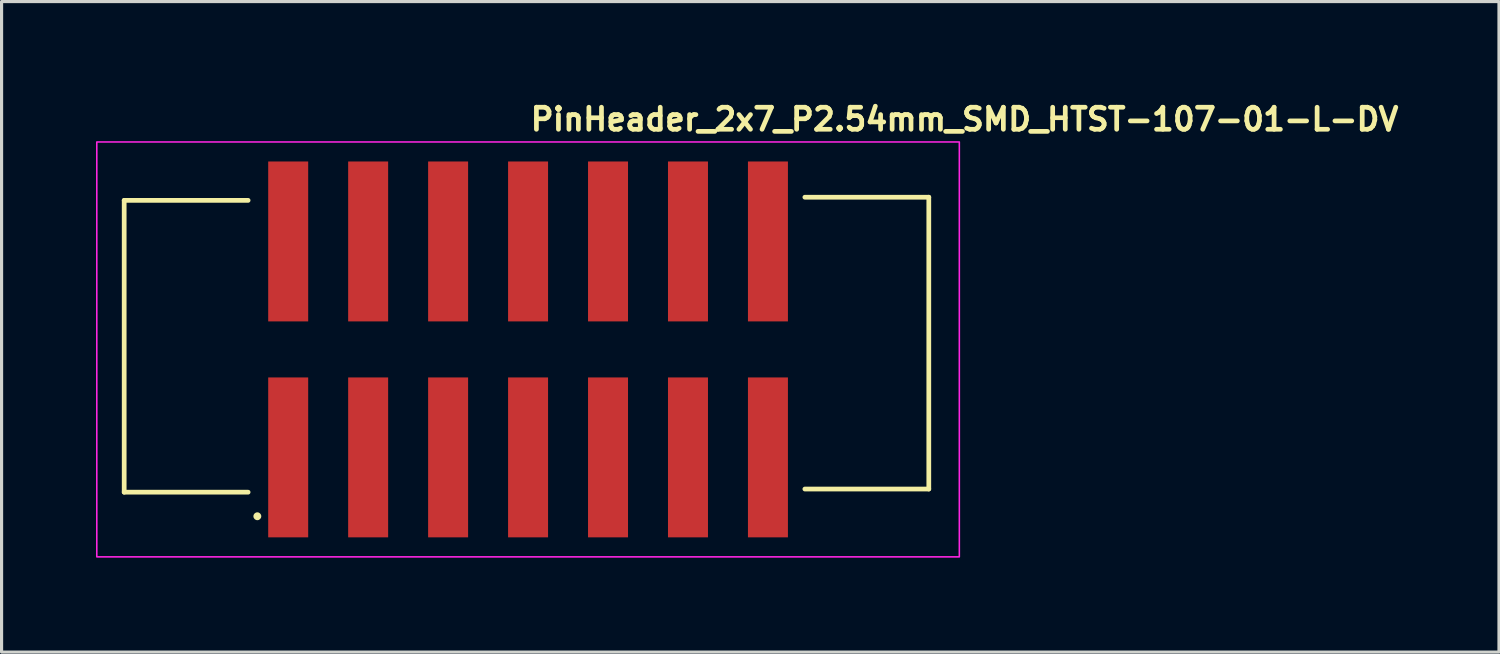
<source format=kicad_pcb>
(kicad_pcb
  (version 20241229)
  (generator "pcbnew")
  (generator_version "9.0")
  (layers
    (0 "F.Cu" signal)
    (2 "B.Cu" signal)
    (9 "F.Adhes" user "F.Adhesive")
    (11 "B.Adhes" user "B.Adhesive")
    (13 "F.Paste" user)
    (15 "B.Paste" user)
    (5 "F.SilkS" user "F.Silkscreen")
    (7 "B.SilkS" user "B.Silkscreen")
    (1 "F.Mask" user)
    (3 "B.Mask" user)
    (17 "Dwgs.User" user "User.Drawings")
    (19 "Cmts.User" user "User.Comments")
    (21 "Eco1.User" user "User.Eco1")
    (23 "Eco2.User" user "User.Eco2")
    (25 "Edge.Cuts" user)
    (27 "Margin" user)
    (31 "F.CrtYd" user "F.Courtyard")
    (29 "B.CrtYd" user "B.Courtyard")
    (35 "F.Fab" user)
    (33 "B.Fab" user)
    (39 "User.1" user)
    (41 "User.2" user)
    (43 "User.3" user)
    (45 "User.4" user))
  (footprint "PinHeader_2x7_P2.54mm_SMD_HTST-107-01-L-DV"
    (layer "F.Cu")
    (at 13.725 8.05)
    (property "Reference" "PinHeader_2x7_P2.54mm_SMD_HTST-107-01-L-DV" (at 0 -6.9 0) (unlocked yes) (layer "F.SilkS") (effects (font (size 0.7 0.7) (thickness 0.15)) (justify left bottom)))
    (attr smd)
    (fp_poly (pts (xy -8.306 -0.838) (xy -8.306 -6.02) (xy -6.934 -6.02) (xy -6.934 -0.838)) (stroke (width 0) (type solid)) (fill yes) (layer "F.Mask"))
    (fp_poly (pts (xy -8.306 6.02) (xy -8.306 0.838) (xy -6.934 0.838) (xy -6.934 6.02)) (stroke (width 0) (type solid)) (fill yes) (layer "F.Mask"))
    (fp_poly (pts (xy -5.766 -0.838) (xy -5.766 -6.02) (xy -4.394 -6.02) (xy -4.394 -0.838)) (stroke (width 0) (type solid)) (fill yes) (layer "F.Mask"))
    (fp_poly (pts (xy -5.766 6.02) (xy -5.766 0.838) (xy -4.394 0.838) (xy -4.394 6.02)) (stroke (width 0) (type solid)) (fill yes) (layer "F.Mask"))
    (fp_poly (pts (xy -3.226 -0.838) (xy -3.226 -6.02) (xy -1.854 -6.02) (xy -1.854 -0.838)) (stroke (width 0) (type solid)) (fill yes) (layer "F.Mask"))
    (fp_poly (pts (xy -3.226 6.02) (xy -3.226 0.838) (xy -1.854 0.838) (xy -1.854 6.02)) (stroke (width 0) (type solid)) (fill yes) (layer "F.Mask"))
    (fp_poly (pts (xy -0.686 -0.838) (xy -0.686 -6.02) (xy 0.686 -6.02) (xy 0.686 -0.838)) (stroke (width 0) (type solid)) (fill yes) (layer "F.Mask"))
    (fp_poly (pts (xy -0.686 6.02) (xy -0.686 0.838) (xy 0.686 0.838) (xy 0.686 6.02)) (stroke (width 0) (type solid)) (fill yes) (layer "F.Mask"))
    (fp_poly (pts (xy 1.854 -0.838) (xy 1.854 -6.02) (xy 3.226 -6.02) (xy 3.226 -0.838)) (stroke (width 0) (type solid)) (fill yes) (layer "F.Mask"))
    (fp_poly (pts (xy 1.854 6.02) (xy 1.854 0.838) (xy 3.226 0.838) (xy 3.226 6.02)) (stroke (width 0) (type solid)) (fill yes) (layer "F.Mask"))
    (fp_poly (pts (xy 4.394 -0.838) (xy 4.394 -6.02) (xy 5.766 -6.02) (xy 5.766 -0.838)) (stroke (width 0) (type solid)) (fill yes) (layer "F.Mask"))
    (fp_poly (pts (xy 4.394 6.02) (xy 4.394 0.838) (xy 5.766 0.838) (xy 5.766 6.02)) (stroke (width 0) (type solid)) (fill yes) (layer "F.Mask"))
    (fp_poly (pts (xy 6.934 -0.838) (xy 6.934 -6.02) (xy 8.306 -6.02) (xy 8.306 -0.838)) (stroke (width 0) (type solid)) (fill yes) (layer "F.Mask"))
    (fp_poly (pts (xy 6.934 6.02) (xy 6.934 0.838) (xy 8.306 0.838) (xy 8.306 6.02)) (stroke (width 0) (type solid)) (fill yes) (layer "F.Mask"))
    (fp_line (start -12.83 4.535) (end -12.83 -4.735) (stroke (width 0.15) (type solid)) (layer "F.SilkS"))
    (fp_line (start -8.893 -4.735) (end -12.83 -4.735) (stroke (width 0.15) (type solid)) (layer "F.SilkS"))
    (fp_line (start -8.893 4.535) (end -12.83 4.535) (stroke (width 0.15) (type solid)) (layer "F.SilkS"))
    (fp_line (start 8.793 -4.835) (end 12.73 -4.835) (stroke (width 0.15) (type solid)) (layer "F.SilkS"))
    (fp_line (start 8.793 4.435) (end 12.73 4.435) (stroke (width 0.15) (type solid)) (layer "F.SilkS"))
    (fp_line (start 12.73 -4.835) (end 12.73 4.435) (stroke (width 0.15) (type solid)) (layer "F.SilkS"))
    (fp_circle (center -8.6 5.3) (end -8.55 5.3) (stroke (width 0.15) (type solid)) (fill yes) (layer "F.SilkS"))
    (fp_poly (pts (xy -8.255 -0.889) (xy -8.255 -5.969) (xy -6.985 -5.969) (xy -6.985 -0.889)) (stroke (width 0) (type solid)) (fill yes) (layer "F.Paste"))
    (fp_poly (pts (xy -8.255 5.969) (xy -8.255 0.889) (xy -6.985 0.889) (xy -6.985 5.969)) (stroke (width 0) (type solid)) (fill yes) (layer "F.Paste"))
    (fp_poly (pts (xy -5.715 -0.889) (xy -5.715 -5.969) (xy -4.445 -5.969) (xy -4.445 -0.889)) (stroke (width 0) (type solid)) (fill yes) (layer "F.Paste"))
    (fp_poly (pts (xy -5.715 5.969) (xy -5.715 0.889) (xy -4.445 0.889) (xy -4.445 5.969)) (stroke (width 0) (type solid)) (fill yes) (layer "F.Paste"))
    (fp_poly (pts (xy -3.175 -0.889) (xy -3.175 -5.969) (xy -1.905 -5.969) (xy -1.905 -0.889)) (stroke (width 0) (type solid)) (fill yes) (layer "F.Paste"))
    (fp_poly (pts (xy -3.175 5.969) (xy -3.175 0.889) (xy -1.905 0.889) (xy -1.905 5.969)) (stroke (width 0) (type solid)) (fill yes) (layer "F.Paste"))
    (fp_poly (pts (xy -0.635 -0.889) (xy -0.635 -5.969) (xy 0.635 -5.969) (xy 0.635 -0.889)) (stroke (width 0) (type solid)) (fill yes) (layer "F.Paste"))
    (fp_poly (pts (xy -0.635 5.969) (xy -0.635 0.889) (xy 0.635 0.889) (xy 0.635 5.969)) (stroke (width 0) (type solid)) (fill yes) (layer "F.Paste"))
    (fp_poly (pts (xy 1.905 -0.889) (xy 1.905 -5.969) (xy 3.175 -5.969) (xy 3.175 -0.889)) (stroke (width 0) (type solid)) (fill yes) (layer "F.Paste"))
    (fp_poly (pts (xy 1.905 5.969) (xy 1.905 0.889) (xy 3.175 0.889) (xy 3.175 5.969)) (stroke (width 0) (type solid)) (fill yes) (layer "F.Paste"))
    (fp_poly (pts (xy 4.445 -0.889) (xy 4.445 -5.969) (xy 5.715 -5.969) (xy 5.715 -0.889)) (stroke (width 0) (type solid)) (fill yes) (layer "F.Paste"))
    (fp_poly (pts (xy 4.445 5.969) (xy 4.445 0.889) (xy 5.715 0.889) (xy 5.715 5.969)) (stroke (width 0) (type solid)) (fill yes) (layer "F.Paste"))
    (fp_poly (pts (xy 6.985 -0.889) (xy 6.985 -5.969) (xy 8.255 -5.969) (xy 8.255 -0.889)) (stroke (width 0) (type solid)) (fill yes) (layer "F.Paste"))
    (fp_poly (pts (xy 6.985 5.969) (xy 6.985 0.889) (xy 8.255 0.889) (xy 8.255 5.969)) (stroke (width 0) (type solid)) (fill yes) (layer "F.Paste"))
    (fp_rect (start -13.7 -6.59) (end 13.7 6.59) (stroke (width 0.05) (type solid)) (fill no) (layer "F.CrtYd"))
    (fp_rect (start -12.7 -5.588) (end 12.7 5.588) (stroke (width 0.1) (type solid)) (fill no) (layer "User.5"))
    (fp_line (start -12.7 -4.826) (end -12.7 4.445) (stroke (width 0.02) (type solid)) (layer "User.9"))
    (fp_line (start -11.875 -3.62) (end -11.875 3.62) (stroke (width 0.02) (type solid)) (layer "User.9"))
    (fp_line (start -11.875 -3.62) (end -11.43 -3.175) (stroke (width 0.02) (type solid)) (layer "User.9"))
    (fp_line (start -11.875 3.62) (end -11.43 3.175) (stroke (width 0.02) (type solid)) (layer "User.9"))
    (fp_line (start -11.875 3.62) (end -2.54 3.62) (stroke (width 0.02) (type solid)) (layer "User.9"))
    (fp_line (start -11.43 -4.826) (end -12.7 -4.826) (stroke (width 0.02) (type solid)) (layer "User.9"))
    (fp_line (start -11.43 -4.445) (end -11.43 -4.826) (stroke (width 0.02) (type solid)) (layer "User.9"))
    (fp_line (start -11.43 -3.175) (end -11.43 3.175) (stroke (width 0.02) (type solid)) (layer "User.9"))
    (fp_line (start -11.43 3.175) (end -2.54 3.175) (stroke (width 0.02) (type solid)) (layer "User.9"))
    (fp_line (start -8.255 4.191) (end -8.255 4.445) (stroke (width 0.02) (type solid)) (layer "User.9"))
    (fp_line (start -8.255 4.191) (end -8.255 4.445) (stroke (width 0.02) (type solid)) (layer "User.9"))
    (fp_line (start -8.255 4.445) (end -12.7 4.445) (stroke (width 0.02) (type solid)) (layer "User.9"))
    (fp_line (start -8.23 4.445) (end -8.255 4.445) (stroke (width 0.02) (type solid)) (layer "User.9"))
    (fp_line (start -8.23 4.445) (end -8.23 4.216) (stroke (width 0.02) (type solid)) (layer "User.9"))
    (fp_line (start -7.938 -5.588) (end -7.938 -5.429) (stroke (width 0.02) (type solid)) (layer "User.9"))
    (fp_line (start -7.938 -5.429) (end -7.938 -4.445) (stroke (width 0.02) (type solid)) (layer "User.9"))
    (fp_line (start -7.938 -1.587) (end -7.938 -1.429) (stroke (width 0.02) (type solid)) (layer "User.9"))
    (fp_line (start -7.938 -1.429) (end -7.938 -1.111) (stroke (width 0.02) (type solid)) (layer "User.9"))
    (fp_line (start -7.938 -1.111) (end -7.938 -0.952) (stroke (width 0.02) (type solid)) (layer "User.9"))
    (fp_line (start -7.938 0.952) (end -7.938 1.111) (stroke (width 0.02) (type solid)) (layer "User.9"))
    (fp_line (start -7.938 1.111) (end -7.938 1.429) (stroke (width 0.02) (type solid)) (layer "User.9"))
    (fp_line (start -7.938 1.429) (end -7.938 1.587) (stroke (width 0.02) (type solid)) (layer "User.9"))
    (fp_line (start -7.938 4.445) (end -7.938 5.429) (stroke (width 0.02) (type solid)) (layer "User.9"))
    (fp_line (start -7.938 5.429) (end -7.938 5.588) (stroke (width 0.02) (type solid)) (layer "User.9"))
    (fp_line (start -7.62 4.445) (end -8.23 4.445) (stroke (width 0.02) (type solid)) (layer "User.9"))
    (fp_line (start -7.62 4.445) (end -7.62 4.216) (stroke (width 0.02) (type solid)) (layer "User.9"))
    (fp_line (start -7.302 -5.588) (end -7.938 -5.588) (stroke (width 0.02) (type solid)) (layer "User.9"))
    (fp_line (start -7.302 -5.588) (end -7.302 -5.429) (stroke (width 0.02) (type solid)) (layer "User.9"))
    (fp_line (start -7.302 -5.429) (end -7.938 -5.429) (stroke (width 0.02) (type solid)) (layer "User.9"))
    (fp_line (start -7.302 -5.429) (end -7.302 -4.445) (stroke (width 0.02) (type solid)) (layer "User.9"))
    (fp_line (start -7.302 -1.587) (end -7.938 -1.587) (stroke (width 0.02) (type solid)) (layer "User.9"))
    (fp_line (start -7.302 -1.587) (end -7.302 -1.429) (stroke (width 0.02) (type solid)) (layer "User.9"))
    (fp_line (start -7.302 -1.429) (end -7.938 -1.429) (stroke (width 0.02) (type solid)) (layer "User.9"))
    (fp_line (start -7.302 -1.429) (end -7.302 -1.111) (stroke (width 0.02) (type solid)) (layer "User.9"))
    (fp_line (start -7.302 -1.111) (end -7.938 -1.111) (stroke (width 0.02) (type solid)) (layer "User.9"))
    (fp_line (start -7.302 -1.111) (end -7.302 -0.952) (stroke (width 0.02) (type solid)) (layer "User.9"))
    (fp_line (start -7.302 -0.952) (end -7.938 -0.952) (stroke (width 0.02) (type solid)) (layer "User.9"))
    (fp_line (start -7.302 0.952) (end -7.938 0.952) (stroke (width 0.02) (type solid)) (layer "User.9"))
    (fp_line (start -7.302 0.952) (end -7.302 1.111) (stroke (width 0.02) (type solid)) (layer "User.9"))
    (fp_line (start -7.302 1.111) (end -7.938 1.111) (stroke (width 0.02) (type solid)) (layer "User.9"))
    (fp_line (start -7.302 1.111) (end -7.302 1.429) (stroke (width 0.02) (type solid)) (layer "User.9"))
    (fp_line (start -7.302 1.429) (end -7.938 1.429) (stroke (width 0.02) (type solid)) (layer "User.9"))
    (fp_line (start -7.302 1.429) (end -7.302 1.587) (stroke (width 0.02) (type solid)) (layer "User.9"))
    (fp_line (start -7.302 1.587) (end -7.938 1.587) (stroke (width 0.02) (type solid)) (layer "User.9"))
    (fp_line (start -7.302 4.445) (end -7.302 5.429) (stroke (width 0.02) (type solid)) (layer "User.9"))
    (fp_line (start -7.302 5.429) (end -7.938 5.429) (stroke (width 0.02) (type solid)) (layer "User.9"))
    (fp_line (start -7.302 5.429) (end -7.302 5.588) (stroke (width 0.02) (type solid)) (layer "User.9"))
    (fp_line (start -7.302 5.588) (end -7.938 5.588) (stroke (width 0.02) (type solid)) (layer "User.9"))
    (fp_line (start -7.01 4.216) (end -8.23 4.216) (stroke (width 0.02) (type solid)) (layer "User.9"))
    (fp_line (start -7.01 4.445) (end -7.62 4.445) (stroke (width 0.02) (type solid)) (layer "User.9"))
    (fp_line (start -7.01 4.445) (end -7.01 4.216) (stroke (width 0.02) (type solid)) (layer "User.9"))
    (fp_line (start -6.985 4.191) (end -8.255 4.191) (stroke (width 0.02) (type solid)) (layer "User.9"))
    (fp_line (start -6.985 4.191) (end -8.255 4.191) (stroke (width 0.02) (type solid)) (layer "User.9"))
    (fp_line (start -6.985 4.191) (end -6.985 4.445) (stroke (width 0.02) (type solid)) (layer "User.9"))
    (fp_line (start -6.985 4.191) (end -6.985 4.445) (stroke (width 0.02) (type solid)) (layer "User.9"))
    (fp_line (start -6.985 4.445) (end -7.01 4.445) (stroke (width 0.02) (type solid)) (layer "User.9"))
    (fp_line (start -5.398 -5.429) (end -5.398 -5.588) (stroke (width 0.02) (type solid)) (layer "User.9"))
    (fp_line (start -5.398 -4.445) (end -5.398 -5.429) (stroke (width 0.02) (type solid)) (layer "User.9"))
    (fp_line (start -5.398 -1.429) (end -5.398 -1.587) (stroke (width 0.02) (type solid)) (layer "User.9"))
    (fp_line (start -5.398 -1.111) (end -5.398 -1.429) (stroke (width 0.02) (type solid)) (layer "User.9"))
    (fp_line (start -5.398 -0.952) (end -5.398 -1.111) (stroke (width 0.02) (type solid)) (layer "User.9"))
    (fp_line (start -5.398 1.111) (end -5.398 0.952) (stroke (width 0.02) (type solid)) (layer "User.9"))
    (fp_line (start -5.398 1.429) (end -5.398 1.111) (stroke (width 0.02) (type solid)) (layer "User.9"))
    (fp_line (start -5.398 1.587) (end -5.398 1.429) (stroke (width 0.02) (type solid)) (layer "User.9"))
    (fp_line (start -5.398 5.429) (end -5.398 4.445) (stroke (width 0.02) (type solid)) (layer "User.9"))
    (fp_line (start -5.398 5.588) (end -5.398 5.429) (stroke (width 0.02) (type solid)) (layer "User.9"))
    (fp_line (start -4.762 -5.588) (end -5.398 -5.588) (stroke (width 0.02) (type solid)) (layer "User.9"))
    (fp_line (start -4.762 -5.588) (end -4.762 -5.429) (stroke (width 0.02) (type solid)) (layer "User.9"))
    (fp_line (start -4.762 -5.429) (end -5.398 -5.429) (stroke (width 0.02) (type solid)) (layer "User.9"))
    (fp_line (start -4.762 -5.429) (end -4.762 -4.445) (stroke (width 0.02) (type solid)) (layer "User.9"))
    (fp_line (start -4.762 -1.587) (end -5.398 -1.587) (stroke (width 0.02) (type solid)) (layer "User.9"))
    (fp_line (start -4.762 -1.587) (end -4.762 -1.429) (stroke (width 0.02) (type solid)) (layer "User.9"))
    (fp_line (start -4.762 -1.429) (end -5.398 -1.429) (stroke (width 0.02) (type solid)) (layer "User.9"))
    (fp_line (start -4.762 -1.429) (end -4.762 -1.111) (stroke (width 0.02) (type solid)) (layer "User.9"))
    (fp_line (start -4.762 -1.111) (end -5.398 -1.111) (stroke (width 0.02) (type solid)) (layer "User.9"))
    (fp_line (start -4.762 -1.111) (end -4.762 -0.952) (stroke (width 0.02) (type solid)) (layer "User.9"))
    (fp_line (start -4.762 -0.952) (end -5.398 -0.952) (stroke (width 0.02) (type solid)) (layer "User.9"))
    (fp_line (start -4.762 0.952) (end -5.398 0.952) (stroke (width 0.02) (type solid)) (layer "User.9"))
    (fp_line (start -4.762 0.952) (end -4.762 1.111) (stroke (width 0.02) (type solid)) (layer "User.9"))
    (fp_line (start -4.762 1.111) (end -5.398 1.111) (stroke (width 0.02) (type solid)) (layer "User.9"))
    (fp_line (start -4.762 1.111) (end -4.762 1.429) (stroke (width 0.02) (type solid)) (layer "User.9"))
    (fp_line (start -4.762 1.429) (end -5.398 1.429) (stroke (width 0.02) (type solid)) (layer "User.9"))
    (fp_line (start -4.762 1.429) (end -4.762 1.587) (stroke (width 0.02) (type solid)) (layer "User.9"))
    (fp_line (start -4.762 1.587) (end -5.398 1.587) (stroke (width 0.02) (type solid)) (layer "User.9"))
    (fp_line (start -4.762 4.445) (end -4.762 5.429) (stroke (width 0.02) (type solid)) (layer "User.9"))
    (fp_line (start -4.762 5.429) (end -5.398 5.429) (stroke (width 0.02) (type solid)) (layer "User.9"))
    (fp_line (start -4.762 5.429) (end -4.762 5.588) (stroke (width 0.02) (type solid)) (layer "User.9"))
    (fp_line (start -4.762 5.588) (end -5.398 5.588) (stroke (width 0.02) (type solid)) (layer "User.9"))
    (fp_line (start -2.858 -5.429) (end -2.858 -5.588) (stroke (width 0.02) (type solid)) (layer "User.9"))
    (fp_line (start -2.858 -4.445) (end -2.858 -5.429) (stroke (width 0.02) (type solid)) (layer "User.9"))
    (fp_line (start -2.858 -1.429) (end -2.858 -1.587) (stroke (width 0.02) (type solid)) (layer "User.9"))
    (fp_line (start -2.858 -1.111) (end -2.858 -1.429) (stroke (width 0.02) (type solid)) (layer "User.9"))
    (fp_line (start -2.858 -0.952) (end -2.858 -1.111) (stroke (width 0.02) (type solid)) (layer "User.9"))
    (fp_line (start -2.858 1.111) (end -2.858 0.952) (stroke (width 0.02) (type solid)) (layer "User.9"))
    (fp_line (start -2.858 1.429) (end -2.858 1.111) (stroke (width 0.02) (type solid)) (layer "User.9"))
    (fp_line (start -2.858 1.587) (end -2.858 1.429) (stroke (width 0.02) (type solid)) (layer "User.9"))
    (fp_line (start -2.858 5.429) (end -2.858 4.445) (stroke (width 0.02) (type solid)) (layer "User.9"))
    (fp_line (start -2.858 5.588) (end -2.858 5.429) (stroke (width 0.02) (type solid)) (layer "User.9"))
    (fp_line (start -2.54 3.175) (end -2.54 3.62) (stroke (width 0.02) (type solid)) (layer "User.9"))
    (fp_line (start -2.54 3.175) (end 2.54 3.175) (stroke (width 0.02) (type solid)) (layer "User.9"))
    (fp_line (start -2.54 4.445) (end -6.985 4.445) (stroke (width 0.02) (type solid)) (layer "User.9"))
    (fp_line (start -2.54 4.445) (end -2.54 3.62) (stroke (width 0.02) (type solid)) (layer "User.9"))
    (fp_line (start -2.54 4.445) (end 2.54 4.445) (stroke (width 0.02) (type solid)) (layer "User.9"))
    (fp_line (start -2.222 -5.588) (end -2.858 -5.588) (stroke (width 0.02) (type solid)) (layer "User.9"))
    (fp_line (start -2.222 -5.588) (end -2.222 -5.429) (stroke (width 0.02) (type solid)) (layer "User.9"))
    (fp_line (start -2.222 -5.429) (end -2.858 -5.429) (stroke (width 0.02) (type solid)) (layer "User.9"))
    (fp_line (start -2.222 -5.429) (end -2.222 -4.445) (stroke (width 0.02) (type solid)) (layer "User.9"))
    (fp_line (start -2.222 -1.587) (end -2.858 -1.587) (stroke (width 0.02) (type solid)) (layer "User.9"))
    (fp_line (start -2.222 -1.587) (end -2.222 -1.429) (stroke (width 0.02) (type solid)) (layer "User.9"))
    (fp_line (start -2.222 -1.429) (end -2.858 -1.429) (stroke (width 0.02) (type solid)) (layer "User.9"))
    (fp_line (start -2.222 -1.429) (end -2.222 -1.111) (stroke (width 0.02) (type solid)) (layer "User.9"))
    (fp_line (start -2.222 -1.111) (end -2.858 -1.111) (stroke (width 0.02) (type solid)) (layer "User.9"))
    (fp_line (start -2.222 -1.111) (end -2.222 -0.952) (stroke (width 0.02) (type solid)) (layer "User.9"))
    (fp_line (start -2.222 -0.952) (end -2.858 -0.952) (stroke (width 0.02) (type solid)) (layer "User.9"))
    (fp_line (start -2.222 0.952) (end -2.858 0.952) (stroke (width 0.02) (type solid)) (layer "User.9"))
    (fp_line (start -2.222 0.952) (end -2.222 1.111) (stroke (width 0.02) (type solid)) (layer "User.9"))
    (fp_line (start -2.222 1.111) (end -2.858 1.111) (stroke (width 0.02) (type solid)) (layer "User.9"))
    (fp_line (start -2.222 1.111) (end -2.222 1.429) (stroke (width 0.02) (type solid)) (layer "User.9"))
    (fp_line (start -2.222 1.429) (end -2.858 1.429) (stroke (width 0.02) (type solid)) (layer "User.9"))
    (fp_line (start -2.222 1.429) (end -2.222 1.587) (stroke (width 0.02) (type solid)) (layer "User.9"))
    (fp_line (start -2.222 1.587) (end -2.858 1.587) (stroke (width 0.02) (type solid)) (layer "User.9"))
    (fp_line (start -2.222 4.445) (end -2.222 5.429) (stroke (width 0.02) (type solid)) (layer "User.9"))
    (fp_line (start -2.222 5.429) (end -2.858 5.429) (stroke (width 0.02) (type solid)) (layer "User.9"))
    (fp_line (start -2.222 5.429) (end -2.222 5.588) (stroke (width 0.02) (type solid)) (layer "User.9"))
    (fp_line (start -2.222 5.588) (end -2.858 5.588) (stroke (width 0.02) (type solid)) (layer "User.9"))
    (fp_line (start -1.27 -4.826) (end -1.27 -4.445) (stroke (width 0.02) (type solid)) (layer "User.9"))
    (fp_line (start -1.27 -4.445) (end -11.43 -4.445) (stroke (width 0.02) (type solid)) (layer "User.9"))
    (fp_line (start -0.318 -5.429) (end -0.318 -5.588) (stroke (width 0.02) (type solid)) (layer "User.9"))
    (fp_line (start -0.318 -4.826) (end -0.318 -5.429) (stroke (width 0.02) (type solid)) (layer "User.9"))
    (fp_line (start -0.318 -1.429) (end -0.318 -1.587) (stroke (width 0.02) (type solid)) (layer "User.9"))
    (fp_line (start -0.318 -1.111) (end -0.318 -1.429) (stroke (width 0.02) (type solid)) (layer "User.9"))
    (fp_line (start -0.318 -0.952) (end -0.318 -1.111) (stroke (width 0.02) (type solid)) (layer "User.9"))
    (fp_line (start -0.318 1.111) (end -0.318 0.952) (stroke (width 0.02) (type solid)) (layer "User.9"))
    (fp_line (start -0.318 1.429) (end -0.318 1.111) (stroke (width 0.02) (type solid)) (layer "User.9"))
    (fp_line (start -0.318 1.587) (end -0.318 1.429) (stroke (width 0.02) (type solid)) (layer "User.9"))
    (fp_line (start -0.318 5.429) (end -0.318 4.445) (stroke (width 0.02) (type solid)) (layer "User.9"))
    (fp_line (start -0.318 5.588) (end -0.318 5.429) (stroke (width 0.02) (type solid)) (layer "User.9"))
    (fp_line (start 0.318 -5.588) (end -0.318 -5.588) (stroke (width 0.02) (type solid)) (layer "User.9"))
    (fp_line (start 0.318 -5.588) (end 0.318 -5.429) (stroke (width 0.02) (type solid)) (layer "User.9"))
    (fp_line (start 0.318 -5.429) (end -0.318 -5.429) (stroke (width 0.02) (type solid)) (layer "User.9"))
    (fp_line (start 0.318 -5.429) (end 0.318 -4.826) (stroke (width 0.02) (type solid)) (layer "User.9"))
    (fp_line (start 0.318 -1.587) (end -0.318 -1.587) (stroke (width 0.02) (type solid)) (layer "User.9"))
    (fp_line (start 0.318 -1.587) (end 0.318 -1.429) (stroke (width 0.02) (type solid)) (layer "User.9"))
    (fp_line (start 0.318 -1.429) (end -0.318 -1.429) (stroke (width 0.02) (type solid)) (layer "User.9"))
    (fp_line (start 0.318 -1.429) (end 0.318 -1.111) (stroke (width 0.02) (type solid)) (layer "User.9"))
    (fp_line (start 0.318 -1.111) (end -0.318 -1.111) (stroke (width 0.02) (type solid)) (layer "User.9"))
    (fp_line (start 0.318 -1.111) (end 0.318 -0.952) (stroke (width 0.02) (type solid)) (layer "User.9"))
    (fp_line (start 0.318 -0.952) (end -0.318 -0.952) (stroke (width 0.02) (type solid)) (layer "User.9"))
    (fp_line (start 0.318 0.952) (end -0.318 0.952) (stroke (width 0.02) (type solid)) (layer "User.9"))
    (fp_line (start 0.318 0.952) (end 0.318 1.111) (stroke (width 0.02) (type solid)) (layer "User.9"))
    (fp_line (start 0.318 1.111) (end -0.318 1.111) (stroke (width 0.02) (type solid)) (layer "User.9"))
    (fp_line (start 0.318 1.111) (end 0.318 1.429) (stroke (width 0.02) (type solid)) (layer "User.9"))
    (fp_line (start 0.318 1.429) (end -0.318 1.429) (stroke (width 0.02) (type solid)) (layer "User.9"))
    (fp_line (start 0.318 1.429) (end 0.318 1.587) (stroke (width 0.02) (type solid)) (layer "User.9"))
    (fp_line (start 0.318 1.587) (end -0.318 1.587) (stroke (width 0.02) (type solid)) (layer "User.9"))
    (fp_line (start 0.318 4.445) (end 0.318 5.429) (stroke (width 0.02) (type solid)) (layer "User.9"))
    (fp_line (start 0.318 5.429) (end -0.318 5.429) (stroke (width 0.02) (type solid)) (layer "User.9"))
    (fp_line (start 0.318 5.429) (end 0.318 5.588) (stroke (width 0.02) (type solid)) (layer "User.9"))
    (fp_line (start 0.318 5.588) (end -0.318 5.588) (stroke (width 0.02) (type solid)) (layer "User.9"))
    (fp_line (start 1.27 -4.826) (end -1.27 -4.826) (stroke (width 0.02) (type solid)) (layer "User.9"))
    (fp_line (start 1.27 -4.445) (end 1.27 -4.826) (stroke (width 0.02) (type solid)) (layer "User.9"))
    (fp_line (start 2.222 -5.429) (end 2.222 -5.588) (stroke (width 0.02) (type solid)) (layer "User.9"))
    (fp_line (start 2.222 -4.445) (end 2.222 -5.429) (stroke (width 0.02) (type solid)) (layer "User.9"))
    (fp_line (start 2.222 -1.429) (end 2.222 -1.587) (stroke (width 0.02) (type solid)) (layer "User.9"))
    (fp_line (start 2.222 -1.111) (end 2.222 -1.429) (stroke (width 0.02) (type solid)) (layer "User.9"))
    (fp_line (start 2.222 -0.952) (end 2.222 -1.111) (stroke (width 0.02) (type solid)) (layer "User.9"))
    (fp_line (start 2.222 1.111) (end 2.222 0.952) (stroke (width 0.02) (type solid)) (layer "User.9"))
    (fp_line (start 2.222 1.429) (end 2.222 1.111) (stroke (width 0.02) (type solid)) (layer "User.9"))
    (fp_line (start 2.222 1.587) (end 2.222 1.429) (stroke (width 0.02) (type solid)) (layer "User.9"))
    (fp_line (start 2.222 5.429) (end 2.222 4.445) (stroke (width 0.02) (type solid)) (layer "User.9"))
    (fp_line (start 2.222 5.588) (end 2.222 5.429) (stroke (width 0.02) (type solid)) (layer "User.9"))
    (fp_line (start 2.54 3.175) (end 11.43 3.175) (stroke (width 0.02) (type solid)) (layer "User.9"))
    (fp_line (start 2.54 3.62) (end 2.54 3.175) (stroke (width 0.02) (type solid)) (layer "User.9"))
    (fp_line (start 2.54 3.62) (end 2.54 4.445) (stroke (width 0.02) (type solid)) (layer "User.9"))
    (fp_line (start 2.54 3.62) (end 11.875 3.62) (stroke (width 0.02) (type solid)) (layer "User.9"))
    (fp_line (start 2.858 -5.588) (end 2.222 -5.588) (stroke (width 0.02) (type solid)) (layer "User.9"))
    (fp_line (start 2.858 -5.588) (end 2.858 -5.429) (stroke (width 0.02) (type solid)) (layer "User.9"))
    (fp_line (start 2.858 -5.429) (end 2.222 -5.429) (stroke (width 0.02) (type solid)) (layer "User.9"))
    (fp_line (start 2.858 -5.429) (end 2.858 -4.445) (stroke (width 0.02) (type solid)) (layer "User.9"))
    (fp_line (start 2.858 -1.587) (end 2.222 -1.587) (stroke (width 0.02) (type solid)) (layer "User.9"))
    (fp_line (start 2.858 -1.587) (end 2.858 -1.429) (stroke (width 0.02) (type solid)) (layer "User.9"))
    (fp_line (start 2.858 -1.429) (end 2.222 -1.429) (stroke (width 0.02) (type solid)) (layer "User.9"))
    (fp_line (start 2.858 -1.429) (end 2.858 -1.111) (stroke (width 0.02) (type solid)) (layer "User.9"))
    (fp_line (start 2.858 -1.111) (end 2.222 -1.111) (stroke (width 0.02) (type solid)) (layer "User.9"))
    (fp_line (start 2.858 -1.111) (end 2.858 -0.952) (stroke (width 0.02) (type solid)) (layer "User.9"))
    (fp_line (start 2.858 -0.952) (end 2.222 -0.952) (stroke (width 0.02) (type solid)) (layer "User.9"))
    (fp_line (start 2.858 0.952) (end 2.222 0.952) (stroke (width 0.02) (type solid)) (layer "User.9"))
    (fp_line (start 2.858 0.952) (end 2.858 1.111) (stroke (width 0.02) (type solid)) (layer "User.9"))
    (fp_line (start 2.858 1.111) (end 2.222 1.111) (stroke (width 0.02) (type solid)) (layer "User.9"))
    (fp_line (start 2.858 1.111) (end 2.858 1.429) (stroke (width 0.02) (type solid)) (layer "User.9"))
    (fp_line (start 2.858 1.429) (end 2.222 1.429) (stroke (width 0.02) (type solid)) (layer "User.9"))
    (fp_line (start 2.858 1.429) (end 2.858 1.587) (stroke (width 0.02) (type solid)) (layer "User.9"))
    (fp_line (start 2.858 1.587) (end 2.222 1.587) (stroke (width 0.02) (type solid)) (layer "User.9"))
    (fp_line (start 2.858 4.445) (end 2.858 5.429) (stroke (width 0.02) (type solid)) (layer "User.9"))
    (fp_line (start 2.858 5.429) (end 2.222 5.429) (stroke (width 0.02) (type solid)) (layer "User.9"))
    (fp_line (start 2.858 5.429) (end 2.858 5.588) (stroke (width 0.02) (type solid)) (layer "User.9"))
    (fp_line (start 2.858 5.588) (end 2.222 5.588) (stroke (width 0.02) (type solid)) (layer "User.9"))
    (fp_line (start 4.762 -5.429) (end 4.762 -5.588) (stroke (width 0.02) (type solid)) (layer "User.9"))
    (fp_line (start 4.762 -4.445) (end 4.762 -5.429) (stroke (width 0.02) (type solid)) (layer "User.9"))
    (fp_line (start 4.762 -1.429) (end 4.762 -1.587) (stroke (width 0.02) (type solid)) (layer "User.9"))
    (fp_line (start 4.762 -1.111) (end 4.762 -1.429) (stroke (width 0.02) (type solid)) (layer "User.9"))
    (fp_line (start 4.762 -0.952) (end 4.762 -1.111) (stroke (width 0.02) (type solid)) (layer "User.9"))
    (fp_line (start 4.762 1.111) (end 4.762 0.952) (stroke (width 0.02) (type solid)) (layer "User.9"))
    (fp_line (start 4.762 1.429) (end 4.762 1.111) (stroke (width 0.02) (type solid)) (layer "User.9"))
    (fp_line (start 4.762 1.587) (end 4.762 1.429) (stroke (width 0.02) (type solid)) (layer "User.9"))
    (fp_line (start 4.762 5.429) (end 4.762 4.445) (stroke (width 0.02) (type solid)) (layer "User.9"))
    (fp_line (start 4.762 5.588) (end 4.762 5.429) (stroke (width 0.02) (type solid)) (layer "User.9"))
    (fp_line (start 5.398 -5.588) (end 4.762 -5.588) (stroke (width 0.02) (type solid)) (layer "User.9"))
    (fp_line (start 5.398 -5.588) (end 5.398 -5.429) (stroke (width 0.02) (type solid)) (layer "User.9"))
    (fp_line (start 5.398 -5.429) (end 4.762 -5.429) (stroke (width 0.02) (type solid)) (layer "User.9"))
    (fp_line (start 5.398 -5.429) (end 5.398 -4.445) (stroke (width 0.02) (type solid)) (layer "User.9"))
    (fp_line (start 5.398 -1.587) (end 4.762 -1.587) (stroke (width 0.02) (type solid)) (layer "User.9"))
    (fp_line (start 5.398 -1.587) (end 5.398 -1.429) (stroke (width 0.02) (type solid)) (layer "User.9"))
    (fp_line (start 5.398 -1.429) (end 4.762 -1.429) (stroke (width 0.02) (type solid)) (layer "User.9"))
    (fp_line (start 5.398 -1.429) (end 5.398 -1.111) (stroke (width 0.02) (type solid)) (layer "User.9"))
    (fp_line (start 5.398 -1.111) (end 4.762 -1.111) (stroke (width 0.02) (type solid)) (layer "User.9"))
    (fp_line (start 5.398 -1.111) (end 5.398 -0.952) (stroke (width 0.02) (type solid)) (layer "User.9"))
    (fp_line (start 5.398 -0.952) (end 4.762 -0.952) (stroke (width 0.02) (type solid)) (layer "User.9"))
    (fp_line (start 5.398 0.952) (end 4.762 0.952) (stroke (width 0.02) (type solid)) (layer "User.9"))
    (fp_line (start 5.398 0.952) (end 5.398 1.111) (stroke (width 0.02) (type solid)) (layer "User.9"))
    (fp_line (start 5.398 1.111) (end 4.762 1.111) (stroke (width 0.02) (type solid)) (layer "User.9"))
    (fp_line (start 5.398 1.111) (end 5.398 1.429) (stroke (width 0.02) (type solid)) (layer "User.9"))
    (fp_line (start 5.398 1.429) (end 4.762 1.429) (stroke (width 0.02) (type solid)) (layer "User.9"))
    (fp_line (start 5.398 1.429) (end 5.398 1.587) (stroke (width 0.02) (type solid)) (layer "User.9"))
    (fp_line (start 5.398 1.587) (end 4.762 1.587) (stroke (width 0.02) (type solid)) (layer "User.9"))
    (fp_line (start 5.398 4.445) (end 5.398 5.429) (stroke (width 0.02) (type solid)) (layer "User.9"))
    (fp_line (start 5.398 5.429) (end 4.762 5.429) (stroke (width 0.02) (type solid)) (layer "User.9"))
    (fp_line (start 5.398 5.429) (end 5.398 5.588) (stroke (width 0.02) (type solid)) (layer "User.9"))
    (fp_line (start 5.398 5.588) (end 4.762 5.588) (stroke (width 0.02) (type solid)) (layer "User.9"))
    (fp_line (start 7.302 -5.429) (end 7.302 -5.588) (stroke (width 0.02) (type solid)) (layer "User.9"))
    (fp_line (start 7.302 -4.445) (end 7.302 -5.429) (stroke (width 0.02) (type solid)) (layer "User.9"))
    (fp_line (start 7.302 -1.429) (end 7.302 -1.587) (stroke (width 0.02) (type solid)) (layer "User.9"))
    (fp_line (start 7.302 -1.111) (end 7.302 -1.429) (stroke (width 0.02) (type solid)) (layer "User.9"))
    (fp_line (start 7.302 -0.952) (end 7.302 -1.111) (stroke (width 0.02) (type solid)) (layer "User.9"))
    (fp_line (start 7.302 1.111) (end 7.302 0.952) (stroke (width 0.02) (type solid)) (layer "User.9"))
    (fp_line (start 7.302 1.429) (end 7.302 1.111) (stroke (width 0.02) (type solid)) (layer "User.9"))
    (fp_line (start 7.302 1.587) (end 7.302 1.429) (stroke (width 0.02) (type solid)) (layer "User.9"))
    (fp_line (start 7.302 5.429) (end 7.302 4.445) (stroke (width 0.02) (type solid)) (layer "User.9"))
    (fp_line (start 7.302 5.588) (end 7.302 5.429) (stroke (width 0.02) (type solid)) (layer "User.9"))
    (fp_line (start 7.938 -5.588) (end 7.302 -5.588) (stroke (width 0.02) (type solid)) (layer "User.9"))
    (fp_line (start 7.938 -5.588) (end 7.938 -5.429) (stroke (width 0.02) (type solid)) (layer "User.9"))
    (fp_line (start 7.938 -5.429) (end 7.302 -5.429) (stroke (width 0.02) (type solid)) (layer "User.9"))
    (fp_line (start 7.938 -5.429) (end 7.938 -4.445) (stroke (width 0.02) (type solid)) (layer "User.9"))
    (fp_line (start 7.938 -1.587) (end 7.302 -1.587) (stroke (width 0.02) (type solid)) (layer "User.9"))
    (fp_line (start 7.938 -1.587) (end 7.938 -1.429) (stroke (width 0.02) (type solid)) (layer "User.9"))
    (fp_line (start 7.938 -1.429) (end 7.302 -1.429) (stroke (width 0.02) (type solid)) (layer "User.9"))
    (fp_line (start 7.938 -1.429) (end 7.938 -1.111) (stroke (width 0.02) (type solid)) (layer "User.9"))
    (fp_line (start 7.938 -1.111) (end 7.302 -1.111) (stroke (width 0.02) (type solid)) (layer "User.9"))
    (fp_line (start 7.938 -1.111) (end 7.938 -0.952) (stroke (width 0.02) (type solid)) (layer "User.9"))
    (fp_line (start 7.938 -0.952) (end 7.302 -0.952) (stroke (width 0.02) (type solid)) (layer "User.9"))
    (fp_line (start 7.938 0.952) (end 7.302 0.952) (stroke (width 0.02) (type solid)) (layer "User.9"))
    (fp_line (start 7.938 0.952) (end 7.938 1.111) (stroke (width 0.02) (type solid)) (layer "User.9"))
    (fp_line (start 7.938 1.111) (end 7.302 1.111) (stroke (width 0.02) (type solid)) (layer "User.9"))
    (fp_line (start 7.938 1.111) (end 7.938 1.429) (stroke (width 0.02) (type solid)) (layer "User.9"))
    (fp_line (start 7.938 1.429) (end 7.302 1.429) (stroke (width 0.02) (type solid)) (layer "User.9"))
    (fp_line (start 7.938 1.429) (end 7.938 1.587) (stroke (width 0.02) (type solid)) (layer "User.9"))
    (fp_line (start 7.938 1.587) (end 7.302 1.587) (stroke (width 0.02) (type solid)) (layer "User.9"))
    (fp_line (start 7.938 4.445) (end 7.938 5.429) (stroke (width 0.02) (type solid)) (layer "User.9"))
    (fp_line (start 7.938 5.429) (end 7.302 5.429) (stroke (width 0.02) (type solid)) (layer "User.9"))
    (fp_line (start 7.938 5.429) (end 7.938 5.588) (stroke (width 0.02) (type solid)) (layer "User.9"))
    (fp_line (start 7.938 5.588) (end 7.302 5.588) (stroke (width 0.02) (type solid)) (layer "User.9"))
    (fp_line (start 11.43 -4.826) (end 11.43 -4.445) (stroke (width 0.02) (type solid)) (layer "User.9"))
    (fp_line (start 11.43 -4.445) (end 1.27 -4.445) (stroke (width 0.02) (type solid)) (layer "User.9"))
    (fp_line (start 11.43 -3.175) (end -11.43 -3.175) (stroke (width 0.02) (type solid)) (layer "User.9"))
    (fp_line (start 11.43 3.175) (end 11.43 -3.175) (stroke (width 0.02) (type solid)) (layer "User.9"))
    (fp_line (start 11.875 -3.62) (end -11.875 -3.62) (stroke (width 0.02) (type solid)) (layer "User.9"))
    (fp_line (start 11.875 -3.62) (end 11.43 -3.175) (stroke (width 0.02) (type solid)) (layer "User.9"))
    (fp_line (start 11.875 3.62) (end 11.43 3.175) (stroke (width 0.02) (type solid)) (layer "User.9"))
    (fp_line (start 11.875 3.62) (end 11.875 -3.62) (stroke (width 0.02) (type solid)) (layer "User.9"))
    (fp_line (start 12.7 -4.826) (end 11.43 -4.826) (stroke (width 0.02) (type solid)) (layer "User.9"))
    (fp_line (start 12.7 -4.826) (end 12.7 4.445) (stroke (width 0.02) (type solid)) (layer "User.9"))
    (fp_line (start 12.7 4.445) (end 2.54 4.445) (stroke (width 0.02) (type solid)) (layer "User.9"))
    (pad "1" smd rect (at -7.62 3.43) (size 1.27 5.08) (layers "F.Cu" "F.Mask" "F.Paste"))
    (pad "2" smd rect (at -7.62 -3.43) (size 1.27 5.08) (layers "F.Cu" "F.Mask" "F.Paste"))
    (pad "3" smd rect (at -5.08 3.43) (size 1.27 5.08) (layers "F.Cu" "F.Mask" "F.Paste"))
    (pad "4" smd rect (at -5.08 -3.43) (size 1.27 5.08) (layers "F.Cu" "F.Mask" "F.Paste"))
    (pad "5" smd rect (at -2.54 3.43) (size 1.27 5.08) (layers "F.Cu" "F.Mask" "F.Paste"))
    (pad "6" smd rect (at -2.54 -3.43) (size 1.27 5.08) (layers "F.Cu" "F.Mask" "F.Paste"))
    (pad "7" smd rect (at 0 3.43) (size 1.27 5.08) (layers "F.Cu" "F.Mask" "F.Paste"))
    (pad "8" smd rect (at 0 -3.43) (size 1.27 5.08) (layers "F.Cu" "F.Mask" "F.Paste"))
    (pad "9" smd rect (at 2.54 3.43) (size 1.27 5.08) (layers "F.Cu" "F.Mask" "F.Paste"))
    (pad "10" smd rect (at 2.54 -3.43) (size 1.27 5.08) (layers "F.Cu" "F.Mask" "F.Paste"))
    (pad "11" smd rect (at 5.08 3.43) (size 1.27 5.08) (layers "F.Cu" "F.Mask" "F.Paste"))
    (pad "12" smd rect (at 5.08 -3.43) (size 1.27 5.08) (layers "F.Cu" "F.Mask" "F.Paste"))
    (pad "13" smd rect (at 7.62 3.43) (size 1.27 5.08) (layers "F.Cu" "F.Mask" "F.Paste"))
    (pad "14" smd rect (at 7.62 -3.43) (size 1.27 5.08) (layers "F.Cu" "F.Mask" "F.Paste")))
  (gr_rect
    (start -3 -3)
    (end 44.568 17.665)
    (stroke (width 0.1) (type default))
    (fill no)
    (layer "Edge.Cuts")))
</source>
